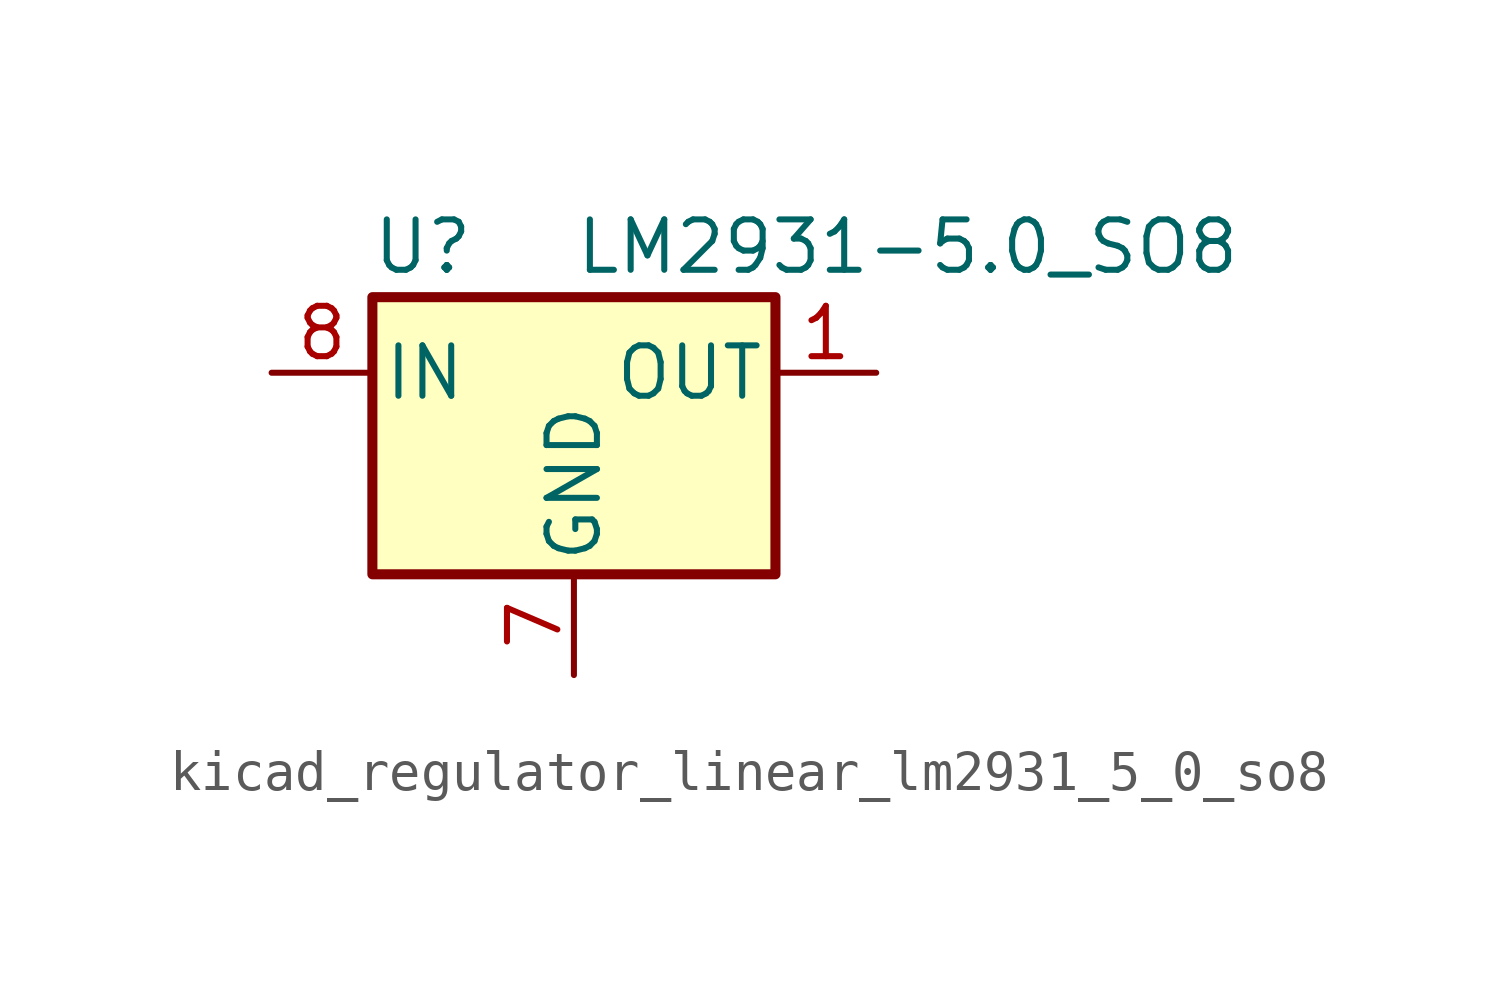
<source format=kicad_sym>
(kicad_symbol_lib
  (version 20220914)
  (generator kicad_symbol_editor)
  (symbol "kicad_regulator_linear_lm2931_5_0_so8"
    (pin_names
      (offset 0.254))
    (property "Reference" "U"
      (at -3.81 3.175 0)
      (effects (font (size 1.27 1.27))))
    (property "Value" "LM2931-5.0_SO8"
      (at 0 3.175 0)
      (effects (font (size 1.27 1.27)) (justify left)))
    (symbol "kicad_regulator_linear_lm2931_5_0_so8_0_1"
      (rectangle (start -5.08 1.905) (end 5.08 -5.08) (stroke (width 0.254) (type default)) (fill (type background))))
    (symbol "kicad_regulator_linear_lm2931_5_0_so8_1_1"
      (pin power_out line (at 7.62 0 180) (length 2.54) (name "OUT" (effects (font (size 1.27 1.27)))) (number "1" (effects (font (size 1.27 1.27)))))
      (pin passive line (at 0 -7.62 90) (length 2.54) hide (name "GND" (effects (font (size 1.27 1.27)))) (number "2" (effects (font (size 1.27 1.27)))))
      (pin passive line (at 0 -7.62 90) (length 2.54) hide (name "GND" (effects (font (size 1.27 1.27)))) (number "3" (effects (font (size 1.27 1.27)))))
      (pin no_connect line (at -5.08 -2.54 0) (length 2.54) hide (name "NC" (effects (font (size 1.27 1.27)))) (number "4" (effects (font (size 1.27 1.27)))))
      (pin no_connect line (at 5.08 -2.54 180) (length 2.54) hide (name "NC" (effects (font (size 1.27 1.27)))) (number "5" (effects (font (size 1.27 1.27)))))
      (pin passive line (at 0 -7.62 90) (length 2.54) hide (name "GND" (effects (font (size 1.27 1.27)))) (number "6" (effects (font (size 1.27 1.27)))))
      (pin power_in line (at 0 -7.62 90) (length 2.54) (name "GND" (effects (font (size 1.27 1.27)))) (number "7" (effects (font (size 1.27 1.27)))))
      (pin power_in line (at -7.62 0 0) (length 2.54) (name "IN" (effects (font (size 1.27 1.27)))) (number "8" (effects (font (size 1.27 1.27))))))))
</source>
